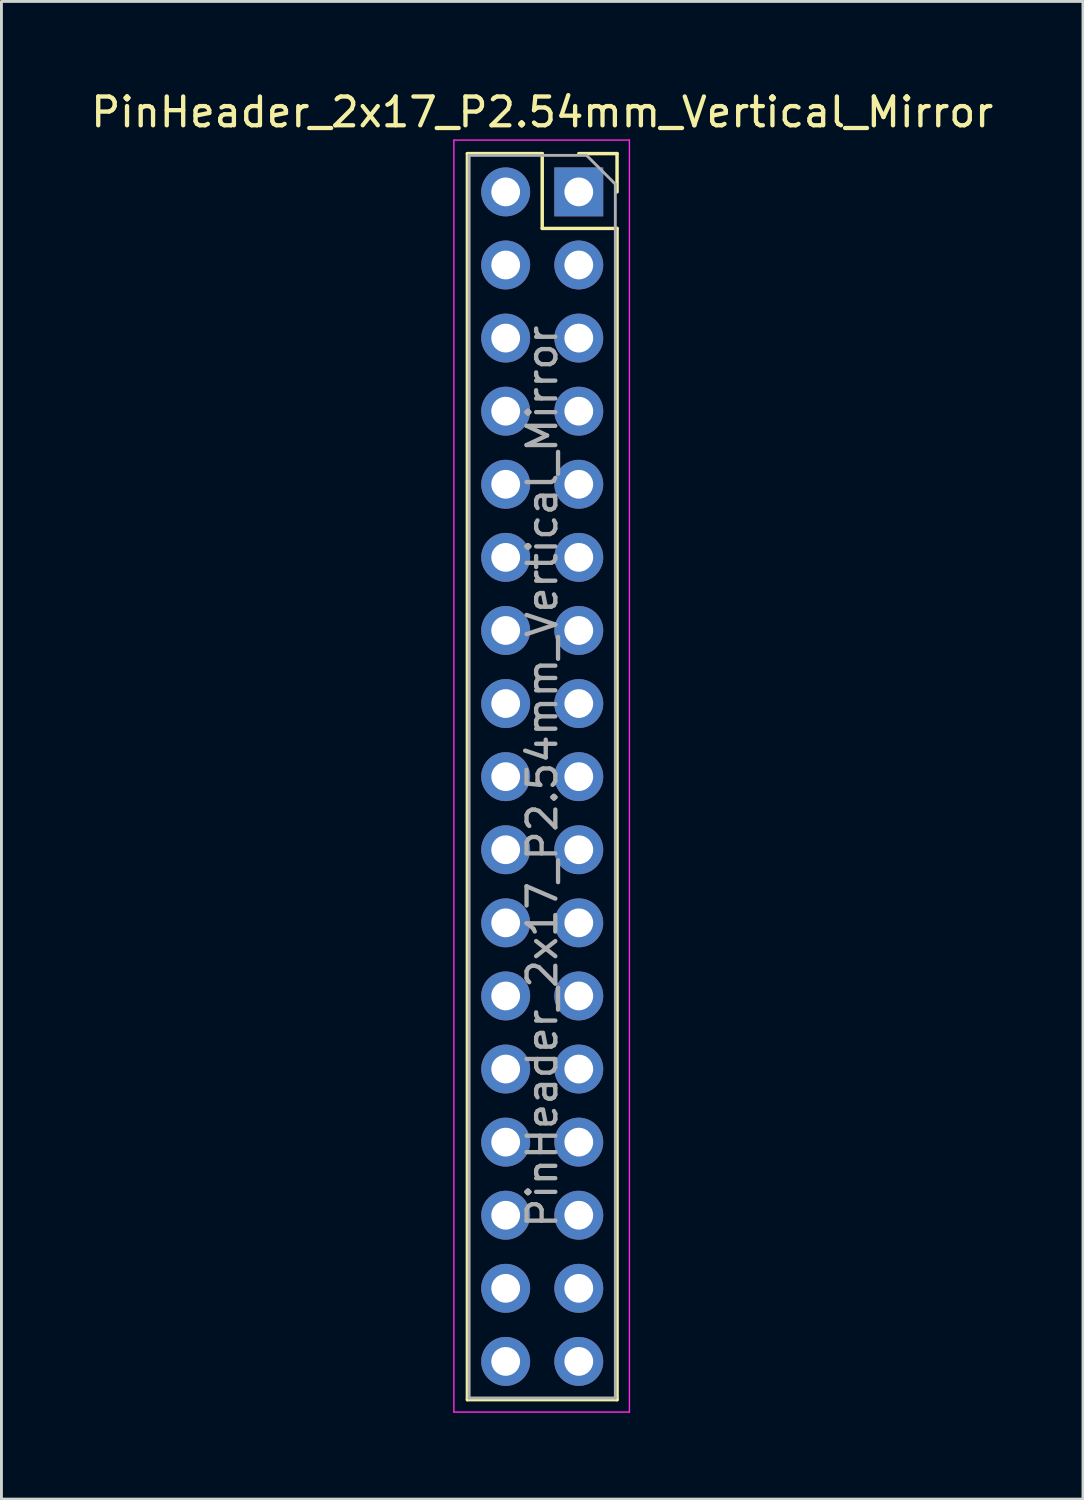
<source format=kicad_pcb>
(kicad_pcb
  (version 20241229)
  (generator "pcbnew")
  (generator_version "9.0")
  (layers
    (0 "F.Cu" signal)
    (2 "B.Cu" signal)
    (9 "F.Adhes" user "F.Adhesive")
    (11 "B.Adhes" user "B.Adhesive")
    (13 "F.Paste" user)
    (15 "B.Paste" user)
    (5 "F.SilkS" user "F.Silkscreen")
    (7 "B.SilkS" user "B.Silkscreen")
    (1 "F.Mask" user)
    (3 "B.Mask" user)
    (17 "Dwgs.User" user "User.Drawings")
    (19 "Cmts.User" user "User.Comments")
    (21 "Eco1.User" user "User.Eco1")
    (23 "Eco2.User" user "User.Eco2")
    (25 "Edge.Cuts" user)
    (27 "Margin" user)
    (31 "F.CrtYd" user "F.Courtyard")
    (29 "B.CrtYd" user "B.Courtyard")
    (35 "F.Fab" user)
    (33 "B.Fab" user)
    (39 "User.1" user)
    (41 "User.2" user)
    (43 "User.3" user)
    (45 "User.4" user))
  (footprint "PinHeader_2x17_P2.54mm_Vertical_Mirror"
    (layer "F.Cu")
    (at 17.062 3.618)
    (property "Reference" "PinHeader_2x17_P2.54mm_Vertical_Mirror" (at -1.27 -2.77 0) (layer "F.SilkS") (effects (font (size 1 1) (thickness 0.15))))
    (attr through_hole)
    (fp_line (start -3.87 -1.33) (end -3.87 41.97) (stroke (width 0.12) (type solid)) (layer "F.SilkS"))
    (fp_line (start -3.87 -1.33) (end -1.27 -1.33) (stroke (width 0.12) (type solid)) (layer "F.SilkS"))
    (fp_line (start -3.87 41.97) (end 1.33 41.97) (stroke (width 0.12) (type solid)) (layer "F.SilkS"))
    (fp_line (start -1.27 -1.33) (end -1.27 1.27) (stroke (width 0.12) (type solid)) (layer "F.SilkS"))
    (fp_line (start -1.27 1.27) (end 1.33 1.27) (stroke (width 0.12) (type solid)) (layer "F.SilkS"))
    (fp_line (start 0 -1.33) (end 1.33 -1.33) (stroke (width 0.12) (type solid)) (layer "F.SilkS"))
    (fp_line (start 1.33 -1.33) (end 1.33 0) (stroke (width 0.12) (type solid)) (layer "F.SilkS"))
    (fp_line (start 1.33 1.27) (end 1.33 41.97) (stroke (width 0.12) (type solid)) (layer "F.SilkS"))
    (fp_line (start -4.34 -1.8) (end 1.76 -1.8) (stroke (width 0.05) (type solid)) (layer "F.CrtYd"))
    (fp_line (start -4.34 42.4) (end -4.34 -1.8) (stroke (width 0.05) (type solid)) (layer "F.CrtYd"))
    (fp_line (start 1.76 -1.8) (end 1.76 42.4) (stroke (width 0.05) (type solid)) (layer "F.CrtYd"))
    (fp_line (start 1.76 42.4) (end -4.34 42.4) (stroke (width 0.05) (type solid)) (layer "F.CrtYd"))
    (fp_line (start -3.81 -1.27) (end 0.27 -1.27) (stroke (width 0.1) (type solid)) (layer "F.Fab"))
    (fp_line (start -3.81 41.91) (end -3.81 -1.27) (stroke (width 0.1) (type solid)) (layer "F.Fab"))
    (fp_line (start 0.27 -1.27) (end 1.27 -0.27) (stroke (width 0.1) (type solid)) (layer "F.Fab"))
    (fp_line (start 1.27 -0.27) (end 1.27 41.91) (stroke (width 0.1) (type solid)) (layer "F.Fab"))
    (fp_line (start 1.27 41.91) (end -3.81 41.91) (stroke (width 0.1) (type solid)) (layer "F.Fab"))
    (fp_text user "${REFERENCE}" (at -1.27 20.32 90) (layer "F.Fab") (effects (font (size 1 1) (thickness 0.15))))
    (pad "1" thru_hole rect (at 0 0) (size 1.7 1.7) (drill 1) (layers "*.Cu" "*.Mask"))
    (pad "2" thru_hole oval (at -2.54 0) (size 1.7 1.7) (drill 1) (layers "*.Cu" "*.Mask"))
    (pad "3" thru_hole oval (at 0 2.54) (size 1.7 1.7) (drill 1) (layers "*.Cu" "*.Mask"))
    (pad "4" thru_hole oval (at -2.54 2.54) (size 1.7 1.7) (drill 1) (layers "*.Cu" "*.Mask"))
    (pad "5" thru_hole oval (at 0 5.08) (size 1.7 1.7) (drill 1) (layers "*.Cu" "*.Mask"))
    (pad "6" thru_hole oval (at -2.54 5.08) (size 1.7 1.7) (drill 1) (layers "*.Cu" "*.Mask"))
    (pad "7" thru_hole oval (at 0 7.62) (size 1.7 1.7) (drill 1) (layers "*.Cu" "*.Mask"))
    (pad "8" thru_hole oval (at -2.54 7.62) (size 1.7 1.7) (drill 1) (layers "*.Cu" "*.Mask"))
    (pad "9" thru_hole oval (at 0 10.16) (size 1.7 1.7) (drill 1) (layers "*.Cu" "*.Mask"))
    (pad "10" thru_hole oval (at -2.54 10.16) (size 1.7 1.7) (drill 1) (layers "*.Cu" "*.Mask"))
    (pad "11" thru_hole oval (at 0 12.7) (size 1.7 1.7) (drill 1) (layers "*.Cu" "*.Mask"))
    (pad "12" thru_hole oval (at -2.54 12.7) (size 1.7 1.7) (drill 1) (layers "*.Cu" "*.Mask"))
    (pad "13" thru_hole oval (at 0 15.24) (size 1.7 1.7) (drill 1) (layers "*.Cu" "*.Mask"))
    (pad "14" thru_hole oval (at -2.54 15.24) (size 1.7 1.7) (drill 1) (layers "*.Cu" "*.Mask"))
    (pad "15" thru_hole oval (at 0 17.78) (size 1.7 1.7) (drill 1) (layers "*.Cu" "*.Mask"))
    (pad "16" thru_hole oval (at -2.54 17.78) (size 1.7 1.7) (drill 1) (layers "*.Cu" "*.Mask"))
    (pad "17" thru_hole oval (at 0 20.32) (size 1.7 1.7) (drill 1) (layers "*.Cu" "*.Mask"))
    (pad "18" thru_hole oval (at -2.54 20.32) (size 1.7 1.7) (drill 1) (layers "*.Cu" "*.Mask"))
    (pad "19" thru_hole oval (at 0 22.86) (size 1.7 1.7) (drill 1) (layers "*.Cu" "*.Mask"))
    (pad "20" thru_hole oval (at -2.54 22.86) (size 1.7 1.7) (drill 1) (layers "*.Cu" "*.Mask"))
    (pad "21" thru_hole oval (at 0 25.4) (size 1.7 1.7) (drill 1) (layers "*.Cu" "*.Mask"))
    (pad "22" thru_hole oval (at -2.54 25.4) (size 1.7 1.7) (drill 1) (layers "*.Cu" "*.Mask"))
    (pad "23" thru_hole oval (at 0 27.94) (size 1.7 1.7) (drill 1) (layers "*.Cu" "*.Mask"))
    (pad "24" thru_hole oval (at -2.54 27.94) (size 1.7 1.7) (drill 1) (layers "*.Cu" "*.Mask"))
    (pad "25" thru_hole oval (at 0 30.48) (size 1.7 1.7) (drill 1) (layers "*.Cu" "*.Mask"))
    (pad "26" thru_hole oval (at -2.54 30.48) (size 1.7 1.7) (drill 1) (layers "*.Cu" "*.Mask"))
    (pad "27" thru_hole oval (at 0 33.02) (size 1.7 1.7) (drill 1) (layers "*.Cu" "*.Mask"))
    (pad "28" thru_hole oval (at -2.54 33.02) (size 1.7 1.7) (drill 1) (layers "*.Cu" "*.Mask"))
    (pad "29" thru_hole oval (at 0 35.56) (size 1.7 1.7) (drill 1) (layers "*.Cu" "*.Mask"))
    (pad "30" thru_hole oval (at -2.54 35.56) (size 1.7 1.7) (drill 1) (layers "*.Cu" "*.Mask"))
    (pad "31" thru_hole oval (at 0 38.1) (size 1.7 1.7) (drill 1) (layers "*.Cu" "*.Mask"))
    (pad "32" thru_hole oval (at -2.54 38.1) (size 1.7 1.7) (drill 1) (layers "*.Cu" "*.Mask"))
    (pad "33" thru_hole oval (at 0 40.64) (size 1.7 1.7) (drill 1) (layers "*.Cu" "*.Mask"))
    (pad "34" thru_hole oval (at -2.54 40.64) (size 1.7 1.7) (drill 1) (layers "*.Cu" "*.Mask")))
  (gr_rect
    (start -3 -3)
    (end 34.583 49.043)
    (stroke (width 0.1) (type default))
    (fill no)
    (layer "Edge.Cuts")))
</source>
